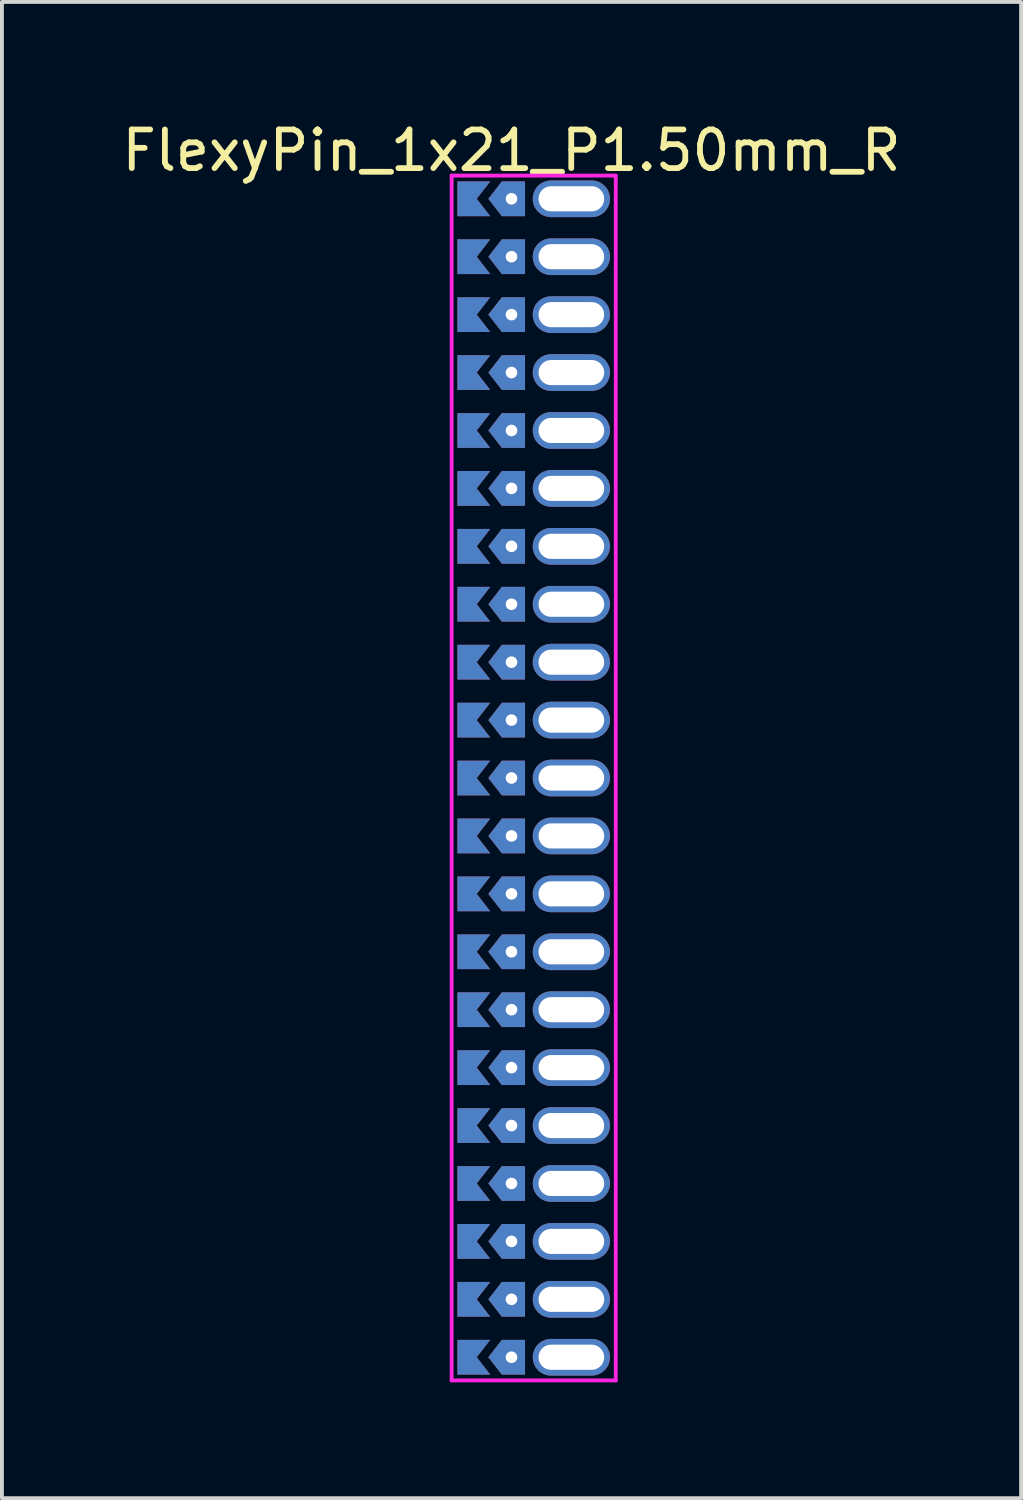
<source format=kicad_pcb>
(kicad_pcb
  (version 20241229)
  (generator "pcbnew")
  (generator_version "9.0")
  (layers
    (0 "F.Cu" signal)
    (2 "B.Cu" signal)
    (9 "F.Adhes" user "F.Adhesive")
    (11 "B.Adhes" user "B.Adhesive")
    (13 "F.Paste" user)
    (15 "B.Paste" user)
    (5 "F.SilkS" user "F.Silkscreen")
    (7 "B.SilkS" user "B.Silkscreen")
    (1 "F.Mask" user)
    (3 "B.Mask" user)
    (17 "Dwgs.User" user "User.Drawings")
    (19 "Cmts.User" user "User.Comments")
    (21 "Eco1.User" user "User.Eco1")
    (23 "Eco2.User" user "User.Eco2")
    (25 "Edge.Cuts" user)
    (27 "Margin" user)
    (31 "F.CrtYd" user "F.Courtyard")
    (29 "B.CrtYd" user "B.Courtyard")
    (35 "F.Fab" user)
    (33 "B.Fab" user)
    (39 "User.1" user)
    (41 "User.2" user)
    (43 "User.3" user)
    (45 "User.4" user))
  (footprint "FlexyPin_1x21_P1.50mm_R"
    (layer "F.Cu")
    (at 10.196 2.098)
    (property "Reference" "FlexyPin_1x21_P1.50mm_R" (at 0 -1.25 0) (layer "F.SilkS") (effects (font (size 1 1) (thickness 0.15))))
    (attr through_hole)
    (fp_line (start -1.55 -0.6) (end 2.7 -0.6) (stroke (width 0.1) (type solid)) (layer "F.CrtYd"))
    (fp_line (start -1.55 30.6) (end -1.55 -0.6) (stroke (width 0.1) (type solid)) (layer "F.CrtYd"))
    (fp_line (start 2.7 -0.6) (end 2.7 30.6) (stroke (width 0.1) (type solid)) (layer "F.CrtYd"))
    (fp_line (start 2.7 30.6) (end -1.55 30.6) (stroke (width 0.1) (type solid)) (layer "F.CrtYd"))
    (pad "" thru_hole custom (at 0 0) (size 0.3 0.3) (drill 0.6) (layers "*.Cu" "*.Mask") (options (anchor rect)) (primitives (gr_poly (pts (xy 0.35 0.45) (xy 0.35 -0.45) (xy -0.25 -0.45) (xy -0.6 0) (xy -0.25 0.45)) (width 0) (fill yes))))
    (pad "" thru_hole custom (at 0 1.5) (size 0.3 0.3) (drill 0.6) (layers "*.Cu" "*.Mask") (options (anchor rect)) (primitives (gr_poly (pts (xy 0.35 0.45) (xy 0.35 -0.45) (xy -0.25 -0.45) (xy -0.6 0) (xy -0.25 0.45)) (width 0) (fill yes))))
    (pad "" thru_hole custom (at 0 3) (size 0.3 0.3) (drill 0.6) (layers "*.Cu" "*.Mask") (options (anchor rect)) (primitives (gr_poly (pts (xy 0.35 0.45) (xy 0.35 -0.45) (xy -0.25 -0.45) (xy -0.6 0) (xy -0.25 0.45)) (width 0) (fill yes))))
    (pad "" thru_hole custom (at 0 4.5) (size 0.3 0.3) (drill 0.6) (layers "*.Cu" "*.Mask") (options (anchor rect)) (primitives (gr_poly (pts (xy 0.35 0.45) (xy 0.35 -0.45) (xy -0.25 -0.45) (xy -0.6 0) (xy -0.25 0.45)) (width 0) (fill yes))))
    (pad "" thru_hole custom (at 0 6) (size 0.3 0.3) (drill 0.6) (layers "*.Cu" "*.Mask") (options (anchor rect)) (primitives (gr_poly (pts (xy 0.35 0.45) (xy 0.35 -0.45) (xy -0.25 -0.45) (xy -0.6 0) (xy -0.25 0.45)) (width 0) (fill yes))))
    (pad "" thru_hole custom (at 0 7.5) (size 0.3 0.3) (drill 0.6) (layers "*.Cu" "*.Mask") (options (anchor rect)) (primitives (gr_poly (pts (xy 0.35 0.45) (xy 0.35 -0.45) (xy -0.25 -0.45) (xy -0.6 0) (xy -0.25 0.45)) (width 0) (fill yes))))
    (pad "" thru_hole custom (at 0 9) (size 0.3 0.3) (drill 0.6) (layers "*.Cu" "*.Mask") (options (anchor rect)) (primitives (gr_poly (pts (xy 0.35 0.45) (xy 0.35 -0.45) (xy -0.25 -0.45) (xy -0.6 0) (xy -0.25 0.45)) (width 0) (fill yes))))
    (pad "" thru_hole custom (at 0 10.5) (size 0.3 0.3) (drill 0.6) (layers "*.Cu" "*.Mask") (options (anchor rect)) (primitives (gr_poly (pts (xy 0.35 0.45) (xy 0.35 -0.45) (xy -0.25 -0.45) (xy -0.6 0) (xy -0.25 0.45)) (width 0) (fill yes))))
    (pad "" thru_hole custom (at 0 12) (size 0.3 0.3) (drill 0.6) (layers "*.Cu" "*.Mask") (options (anchor rect)) (primitives (gr_poly (pts (xy 0.35 0.45) (xy 0.35 -0.45) (xy -0.25 -0.45) (xy -0.6 0) (xy -0.25 0.45)) (width 0) (fill yes))))
    (pad "" thru_hole custom (at 0 13.5) (size 0.3 0.3) (drill 0.6) (layers "*.Cu" "*.Mask") (options (anchor rect)) (primitives (gr_poly (pts (xy 0.35 0.45) (xy 0.35 -0.45) (xy -0.25 -0.45) (xy -0.6 0) (xy -0.25 0.45)) (width 0) (fill yes))))
    (pad "" thru_hole custom (at 0 15) (size 0.3 0.3) (drill 0.6) (layers "*.Cu" "*.Mask") (options (anchor rect)) (primitives (gr_poly (pts (xy 0.35 0.45) (xy 0.35 -0.45) (xy -0.25 -0.45) (xy -0.6 0) (xy -0.25 0.45)) (width 0) (fill yes))))
    (pad "" thru_hole custom (at 0 16.5) (size 0.3 0.3) (drill 0.6) (layers "*.Cu" "*.Mask") (options (anchor rect)) (primitives (gr_poly (pts (xy 0.35 0.45) (xy 0.35 -0.45) (xy -0.25 -0.45) (xy -0.6 0) (xy -0.25 0.45)) (width 0) (fill yes))))
    (pad "" thru_hole custom (at 0 18) (size 0.3 0.3) (drill 0.6) (layers "*.Cu" "*.Mask") (options (anchor rect)) (primitives (gr_poly (pts (xy 0.35 0.45) (xy 0.35 -0.45) (xy -0.25 -0.45) (xy -0.6 0) (xy -0.25 0.45)) (width 0) (fill yes))))
    (pad "" thru_hole custom (at 0 19.5) (size 0.3 0.3) (drill 0.6) (layers "*.Cu" "*.Mask") (options (anchor rect)) (primitives (gr_poly (pts (xy 0.35 0.45) (xy 0.35 -0.45) (xy -0.25 -0.45) (xy -0.6 0) (xy -0.25 0.45)) (width 0) (fill yes))))
    (pad "" thru_hole custom (at 0 21) (size 0.3 0.3) (drill 0.6) (layers "*.Cu" "*.Mask") (options (anchor rect)) (primitives (gr_poly (pts (xy 0.35 0.45) (xy 0.35 -0.45) (xy -0.25 -0.45) (xy -0.6 0) (xy -0.25 0.45)) (width 0) (fill yes))))
    (pad "" thru_hole custom (at 0 22.5) (size 0.3 0.3) (drill 0.6) (layers "*.Cu" "*.Mask") (options (anchor rect)) (primitives (gr_poly (pts (xy 0.35 0.45) (xy 0.35 -0.45) (xy -0.25 -0.45) (xy -0.6 0) (xy -0.25 0.45)) (width 0) (fill yes))))
    (pad "" thru_hole custom (at 0 24) (size 0.3 0.3) (drill 0.6) (layers "*.Cu" "*.Mask") (options (anchor rect)) (primitives (gr_poly (pts (xy 0.35 0.45) (xy 0.35 -0.45) (xy -0.25 -0.45) (xy -0.6 0) (xy -0.25 0.45)) (width 0) (fill yes))))
    (pad "" thru_hole custom (at 0 25.5) (size 0.3 0.3) (drill 0.6) (layers "*.Cu" "*.Mask") (options (anchor rect)) (primitives (gr_poly (pts (xy 0.35 0.45) (xy 0.35 -0.45) (xy -0.25 -0.45) (xy -0.6 0) (xy -0.25 0.45)) (width 0) (fill yes))))
    (pad "" thru_hole custom (at 0 27) (size 0.3 0.3) (drill 0.6) (layers "*.Cu" "*.Mask") (options (anchor rect)) (primitives (gr_poly (pts (xy 0.35 0.45) (xy 0.35 -0.45) (xy -0.25 -0.45) (xy -0.6 0) (xy -0.25 0.45)) (width 0) (fill yes))))
    (pad "" thru_hole custom (at 0 28.5) (size 0.3 0.3) (drill 0.6) (layers "*.Cu" "*.Mask") (options (anchor rect)) (primitives (gr_poly (pts (xy 0.35 0.45) (xy 0.35 -0.45) (xy -0.25 -0.45) (xy -0.6 0) (xy -0.25 0.45)) (width 0) (fill yes))))
    (pad "" thru_hole custom (at 0 30) (size 0.3 0.3) (drill 0.6) (layers "*.Cu" "*.Mask") (options (anchor rect)) (primitives (gr_poly (pts (xy 0.35 0.45) (xy 0.35 -0.45) (xy -0.25 -0.45) (xy -0.6 0) (xy -0.25 0.45)) (width 0) (fill yes))))
    (pad "" thru_hole oval (at 1.55 0) (size 2 0.95) (drill oval 1.7 0.65) (layers "*.Cu" "*.Mask"))
    (pad "" thru_hole oval (at 1.55 1.5) (size 2 0.95) (drill oval 1.7 0.65) (layers "*.Cu" "*.Mask"))
    (pad "" thru_hole oval (at 1.55 3) (size 2 0.95) (drill oval 1.7 0.65) (layers "*.Cu" "*.Mask"))
    (pad "" thru_hole oval (at 1.55 4.5) (size 2 0.95) (drill oval 1.7 0.65) (layers "*.Cu" "*.Mask"))
    (pad "" thru_hole oval (at 1.55 6) (size 2 0.95) (drill oval 1.7 0.65) (layers "*.Cu" "*.Mask"))
    (pad "" thru_hole oval (at 1.55 7.5) (size 2 0.95) (drill oval 1.7 0.65) (layers "*.Cu" "*.Mask"))
    (pad "" thru_hole oval (at 1.55 9) (size 2 0.95) (drill oval 1.7 0.65) (layers "*.Cu" "*.Mask"))
    (pad "" thru_hole oval (at 1.55 10.5) (size 2 0.95) (drill oval 1.7 0.65) (layers "*.Cu" "*.Mask"))
    (pad "" thru_hole oval (at 1.55 12) (size 2 0.95) (drill oval 1.7 0.65) (layers "*.Cu" "*.Mask"))
    (pad "" thru_hole oval (at 1.55 13.5) (size 2 0.95) (drill oval 1.7 0.65) (layers "*.Cu" "*.Mask"))
    (pad "" thru_hole oval (at 1.55 15) (size 2 0.95) (drill oval 1.7 0.65) (layers "*.Cu" "*.Mask"))
    (pad "" thru_hole oval (at 1.55 16.5) (size 2 0.95) (drill oval 1.7 0.65) (layers "*.Cu" "*.Mask"))
    (pad "" thru_hole oval (at 1.55 18) (size 2 0.95) (drill oval 1.7 0.65) (layers "*.Cu" "*.Mask"))
    (pad "" thru_hole oval (at 1.55 19.5) (size 2 0.95) (drill oval 1.7 0.65) (layers "*.Cu" "*.Mask"))
    (pad "" thru_hole oval (at 1.55 21) (size 2 0.95) (drill oval 1.7 0.65) (layers "*.Cu" "*.Mask"))
    (pad "" thru_hole oval (at 1.55 22.5) (size 2 0.95) (drill oval 1.7 0.65) (layers "*.Cu" "*.Mask"))
    (pad "" thru_hole oval (at 1.55 24) (size 2 0.95) (drill oval 1.7 0.65) (layers "*.Cu" "*.Mask"))
    (pad "" thru_hole oval (at 1.55 25.5) (size 2 0.95) (drill oval 1.7 0.65) (layers "*.Cu" "*.Mask"))
    (pad "" thru_hole oval (at 1.55 27) (size 2 0.95) (drill oval 1.7 0.65) (layers "*.Cu" "*.Mask"))
    (pad "" thru_hole oval (at 1.55 28.5) (size 2 0.95) (drill oval 1.7 0.65) (layers "*.Cu" "*.Mask"))
    (pad "" thru_hole oval (at 1.55 30) (size 2 0.95) (drill oval 1.7 0.65) (layers "*.Cu" "*.Mask"))
    (pad "1" smd custom (at -0.9 0) (size 0.01 0.01) (layers "F.Cu" "F.Mask") (options (anchor rect)) (primitives (gr_poly (pts (xy 0 0) (xy 0.35 0.45) (xy -0.5 0.45) (xy -0.5 -0.45) (xy 0.35 -0.45)) (width 0) (fill yes))))
    (pad "2" smd custom (at -0.9 1.5) (size 0.01 0.01) (layers "F.Cu" "F.Mask") (options (anchor rect)) (primitives (gr_poly (pts (xy 0 0) (xy 0.35 0.45) (xy -0.5 0.45) (xy -0.5 -0.45) (xy 0.35 -0.45)) (width 0) (fill yes))))
    (pad "3" smd custom (at -0.9 3) (size 0.01 0.01) (layers "F.Cu" "F.Mask") (options (anchor rect)) (primitives (gr_poly (pts (xy 0 0) (xy 0.35 0.45) (xy -0.5 0.45) (xy -0.5 -0.45) (xy 0.35 -0.45)) (width 0) (fill yes))))
    (pad "4" smd custom (at -0.9 4.5) (size 0.01 0.01) (layers "F.Cu" "F.Mask") (options (anchor rect)) (primitives (gr_poly (pts (xy 0 0) (xy 0.35 0.45) (xy -0.5 0.45) (xy -0.5 -0.45) (xy 0.35 -0.45)) (width 0) (fill yes))))
    (pad "5" smd custom (at -0.9 6) (size 0.01 0.01) (layers "F.Cu" "F.Mask") (options (anchor rect)) (primitives (gr_poly (pts (xy 0 0) (xy 0.35 0.45) (xy -0.5 0.45) (xy -0.5 -0.45) (xy 0.35 -0.45)) (width 0) (fill yes))))
    (pad "6" smd custom (at -0.9 7.5) (size 0.01 0.01) (layers "F.Cu" "F.Mask") (options (anchor rect)) (primitives (gr_poly (pts (xy 0 0) (xy 0.35 0.45) (xy -0.5 0.45) (xy -0.5 -0.45) (xy 0.35 -0.45)) (width 0) (fill yes))))
    (pad "7" smd custom (at -0.9 9) (size 0.01 0.01) (layers "F.Cu" "F.Mask") (options (anchor rect)) (primitives (gr_poly (pts (xy 0 0) (xy 0.35 0.45) (xy -0.5 0.45) (xy -0.5 -0.45) (xy 0.35 -0.45)) (width 0) (fill yes))))
    (pad "8" smd custom (at -0.9 10.5) (size 0.01 0.01) (layers "F.Cu" "F.Mask") (options (anchor rect)) (primitives (gr_poly (pts (xy 0 0) (xy 0.35 0.45) (xy -0.5 0.45) (xy -0.5 -0.45) (xy 0.35 -0.45)) (width 0) (fill yes))))
    (pad "9" smd custom (at -0.9 12) (size 0.01 0.01) (layers "F.Cu" "F.Mask") (options (anchor rect)) (primitives (gr_poly (pts (xy 0 0) (xy 0.35 0.45) (xy -0.5 0.45) (xy -0.5 -0.45) (xy 0.35 -0.45)) (width 0) (fill yes))))
    (pad "10" smd custom (at -0.9 13.5) (size 0.01 0.01) (layers "F.Cu" "F.Mask") (options (anchor rect)) (primitives (gr_poly (pts (xy 0 0) (xy 0.35 0.45) (xy -0.5 0.45) (xy -0.5 -0.45) (xy 0.35 -0.45)) (width 0) (fill yes))))
    (pad "11" smd custom (at -0.9 15) (size 0.01 0.01) (layers "F.Cu" "F.Mask") (options (anchor rect)) (primitives (gr_poly (pts (xy 0 0) (xy 0.35 0.45) (xy -0.5 0.45) (xy -0.5 -0.45) (xy 0.35 -0.45)) (width 0) (fill yes))))
    (pad "12" smd custom (at -0.9 16.5) (size 0.01 0.01) (layers "F.Cu" "F.Mask") (options (anchor rect)) (primitives (gr_poly (pts (xy 0 0) (xy 0.35 0.45) (xy -0.5 0.45) (xy -0.5 -0.45) (xy 0.35 -0.45)) (width 0) (fill yes))))
    (pad "13" smd custom (at -0.9 18) (size 0.01 0.01) (layers "F.Cu" "F.Mask") (options (anchor rect)) (primitives (gr_poly (pts (xy 0 0) (xy 0.35 0.45) (xy -0.5 0.45) (xy -0.5 -0.45) (xy 0.35 -0.45)) (width 0) (fill yes))))
    (pad "14" smd custom (at -0.9 19.5) (size 0.01 0.01) (layers "F.Cu" "F.Mask") (options (anchor rect)) (primitives (gr_poly (pts (xy 0 0) (xy 0.35 0.45) (xy -0.5 0.45) (xy -0.5 -0.45) (xy 0.35 -0.45)) (width 0) (fill yes))))
    (pad "15" smd custom (at -0.9 21) (size 0.01 0.01) (layers "F.Cu" "F.Mask") (options (anchor rect)) (primitives (gr_poly (pts (xy 0 0) (xy 0.35 0.45) (xy -0.5 0.45) (xy -0.5 -0.45) (xy 0.35 -0.45)) (width 0) (fill yes))))
    (pad "16" smd custom (at -0.9 22.5) (size 0.01 0.01) (layers "F.Cu" "F.Mask") (options (anchor rect)) (primitives (gr_poly (pts (xy 0 0) (xy 0.35 0.45) (xy -0.5 0.45) (xy -0.5 -0.45) (xy 0.35 -0.45)) (width 0) (fill yes))))
    (pad "17" smd custom (at -0.9 24) (size 0.01 0.01) (layers "F.Cu" "F.Mask") (options (anchor rect)) (primitives (gr_poly (pts (xy 0 0) (xy 0.35 0.45) (xy -0.5 0.45) (xy -0.5 -0.45) (xy 0.35 -0.45)) (width 0) (fill yes))))
    (pad "18" smd custom (at -0.9 25.5) (size 0.01 0.01) (layers "F.Cu" "F.Mask") (options (anchor rect)) (primitives (gr_poly (pts (xy 0 0) (xy 0.35 0.45) (xy -0.5 0.45) (xy -0.5 -0.45) (xy 0.35 -0.45)) (width 0) (fill yes))))
    (pad "19" smd custom (at -0.9 27) (size 0.01 0.01) (layers "F.Cu" "F.Mask") (options (anchor rect)) (primitives (gr_poly (pts (xy 0 0) (xy 0.35 0.45) (xy -0.5 0.45) (xy -0.5 -0.45) (xy 0.35 -0.45)) (width 0) (fill yes))))
    (pad "20" smd custom (at -0.9 28.5) (size 0.01 0.01) (layers "F.Cu" "F.Mask") (options (anchor rect)) (primitives (gr_poly (pts (xy 0 0) (xy 0.35 0.45) (xy -0.5 0.45) (xy -0.5 -0.45) (xy 0.35 -0.45)) (width 0) (fill yes))))
    (pad "21" smd custom (at -0.9 30) (size 0.01 0.01) (layers "F.Cu" "F.Mask") (options (anchor rect)) (primitives (gr_poly (pts (xy 0 0) (xy 0.35 0.45) (xy -0.5 0.45) (xy -0.5 -0.45) (xy 0.35 -0.45)) (width 0) (fill yes))))
    (pad "22" smd custom (at -0.9 0) (size 0.01 0.01) (layers "B.Cu" "B.Mask") (options (anchor rect)) (primitives (gr_poly (pts (xy 0 0) (xy 0.35 0.45) (xy -0.5 0.45) (xy -0.5 -0.45) (xy 0.35 -0.45)) (width 0) (fill yes))))
    (pad "23" smd custom (at -0.9 1.5) (size 0.01 0.01) (layers "B.Cu" "B.Mask") (options (anchor rect)) (primitives (gr_poly (pts (xy 0 0) (xy 0.35 0.45) (xy -0.5 0.45) (xy -0.5 -0.45) (xy 0.35 -0.45)) (width 0) (fill yes))))
    (pad "24" smd custom (at -0.9 3) (size 0.01 0.01) (layers "B.Cu" "B.Mask") (options (anchor rect)) (primitives (gr_poly (pts (xy 0 0) (xy 0.35 0.45) (xy -0.5 0.45) (xy -0.5 -0.45) (xy 0.35 -0.45)) (width 0) (fill yes))))
    (pad "25" smd custom (at -0.9 4.5) (size 0.01 0.01) (layers "B.Cu" "B.Mask") (options (anchor rect)) (primitives (gr_poly (pts (xy 0 0) (xy 0.35 0.45) (xy -0.5 0.45) (xy -0.5 -0.45) (xy 0.35 -0.45)) (width 0) (fill yes))))
    (pad "26" smd custom (at -0.9 6) (size 0.01 0.01) (layers "B.Cu" "B.Mask") (options (anchor rect)) (primitives (gr_poly (pts (xy 0 0) (xy 0.35 0.45) (xy -0.5 0.45) (xy -0.5 -0.45) (xy 0.35 -0.45)) (width 0) (fill yes))))
    (pad "27" smd custom (at -0.9 7.5) (size 0.01 0.01) (layers "B.Cu" "B.Mask") (options (anchor rect)) (primitives (gr_poly (pts (xy 0 0) (xy 0.35 0.45) (xy -0.5 0.45) (xy -0.5 -0.45) (xy 0.35 -0.45)) (width 0) (fill yes))))
    (pad "28" smd custom (at -0.9 9) (size 0.01 0.01) (layers "B.Cu" "B.Mask") (options (anchor rect)) (primitives (gr_poly (pts (xy 0 0) (xy 0.35 0.45) (xy -0.5 0.45) (xy -0.5 -0.45) (xy 0.35 -0.45)) (width 0) (fill yes))))
    (pad "29" smd custom (at -0.9 10.5) (size 0.01 0.01) (layers "B.Cu" "B.Mask") (options (anchor rect)) (primitives (gr_poly (pts (xy 0 0) (xy 0.35 0.45) (xy -0.5 0.45) (xy -0.5 -0.45) (xy 0.35 -0.45)) (width 0) (fill yes))))
    (pad "30" smd custom (at -0.9 12) (size 0.01 0.01) (layers "B.Cu" "B.Mask") (options (anchor rect)) (primitives (gr_poly (pts (xy 0 0) (xy 0.35 0.45) (xy -0.5 0.45) (xy -0.5 -0.45) (xy 0.35 -0.45)) (width 0) (fill yes))))
    (pad "31" smd custom (at -0.9 13.5) (size 0.01 0.01) (layers "B.Cu" "B.Mask") (options (anchor rect)) (primitives (gr_poly (pts (xy 0 0) (xy 0.35 0.45) (xy -0.5 0.45) (xy -0.5 -0.45) (xy 0.35 -0.45)) (width 0) (fill yes))))
    (pad "32" smd custom (at -0.9 15) (size 0.01 0.01) (layers "B.Cu" "B.Mask") (options (anchor rect)) (primitives (gr_poly (pts (xy 0 0) (xy 0.35 0.45) (xy -0.5 0.45) (xy -0.5 -0.45) (xy 0.35 -0.45)) (width 0) (fill yes))))
    (pad "33" smd custom (at -0.9 16.5) (size 0.01 0.01) (layers "B.Cu" "B.Mask") (options (anchor rect)) (primitives (gr_poly (pts (xy 0 0) (xy 0.35 0.45) (xy -0.5 0.45) (xy -0.5 -0.45) (xy 0.35 -0.45)) (width 0) (fill yes))))
    (pad "34" smd custom (at -0.9 18) (size 0.01 0.01) (layers "B.Cu" "B.Mask") (options (anchor rect)) (primitives (gr_poly (pts (xy 0 0) (xy 0.35 0.45) (xy -0.5 0.45) (xy -0.5 -0.45) (xy 0.35 -0.45)) (width 0) (fill yes))))
    (pad "35" smd custom (at -0.9 19.5) (size 0.01 0.01) (layers "B.Cu" "B.Mask") (options (anchor rect)) (primitives (gr_poly (pts (xy 0 0) (xy 0.35 0.45) (xy -0.5 0.45) (xy -0.5 -0.45) (xy 0.35 -0.45)) (width 0) (fill yes))))
    (pad "36" smd custom (at -0.9 21) (size 0.01 0.01) (layers "B.Cu" "B.Mask") (options (anchor rect)) (primitives (gr_poly (pts (xy 0 0) (xy 0.35 0.45) (xy -0.5 0.45) (xy -0.5 -0.45) (xy 0.35 -0.45)) (width 0) (fill yes))))
    (pad "37" smd custom (at -0.9 22.5) (size 0.01 0.01) (layers "B.Cu" "B.Mask") (options (anchor rect)) (primitives (gr_poly (pts (xy 0 0) (xy 0.35 0.45) (xy -0.5 0.45) (xy -0.5 -0.45) (xy 0.35 -0.45)) (width 0) (fill yes))))
    (pad "38" smd custom (at -0.9 24) (size 0.01 0.01) (layers "B.Cu" "B.Mask") (options (anchor rect)) (primitives (gr_poly (pts (xy 0 0) (xy 0.35 0.45) (xy -0.5 0.45) (xy -0.5 -0.45) (xy 0.35 -0.45)) (width 0) (fill yes))))
    (pad "39" smd custom (at -0.9 25.5) (size 0.01 0.01) (layers "B.Cu" "B.Mask") (options (anchor rect)) (primitives (gr_poly (pts (xy 0 0) (xy 0.35 0.45) (xy -0.5 0.45) (xy -0.5 -0.45) (xy 0.35 -0.45)) (width 0) (fill yes))))
    (pad "40" smd custom (at -0.9 27) (size 0.01 0.01) (layers "B.Cu" "B.Mask") (options (anchor rect)) (primitives (gr_poly (pts (xy 0 0) (xy 0.35 0.45) (xy -0.5 0.45) (xy -0.5 -0.45) (xy 0.35 -0.45)) (width 0) (fill yes))))
    (pad "41" smd custom (at -0.9 28.5) (size 0.01 0.01) (layers "B.Cu" "B.Mask") (options (anchor rect)) (primitives (gr_poly (pts (xy 0 0) (xy 0.35 0.45) (xy -0.5 0.45) (xy -0.5 -0.45) (xy 0.35 -0.45)) (width 0) (fill yes))))
    (pad "42" smd custom (at -0.9 30) (size 0.01 0.01) (layers "B.Cu" "B.Mask") (options (anchor rect)) (primitives (gr_poly (pts (xy 0 0) (xy 0.35 0.45) (xy -0.5 0.45) (xy -0.5 -0.45) (xy 0.35 -0.45)) (width 0) (fill yes)))))
  (gr_rect
    (start -3 -3)
    (end 23.393 35.748)
    (stroke (width 0.1) (type default))
    (fill no)
    (layer "Edge.Cuts")))
</source>
